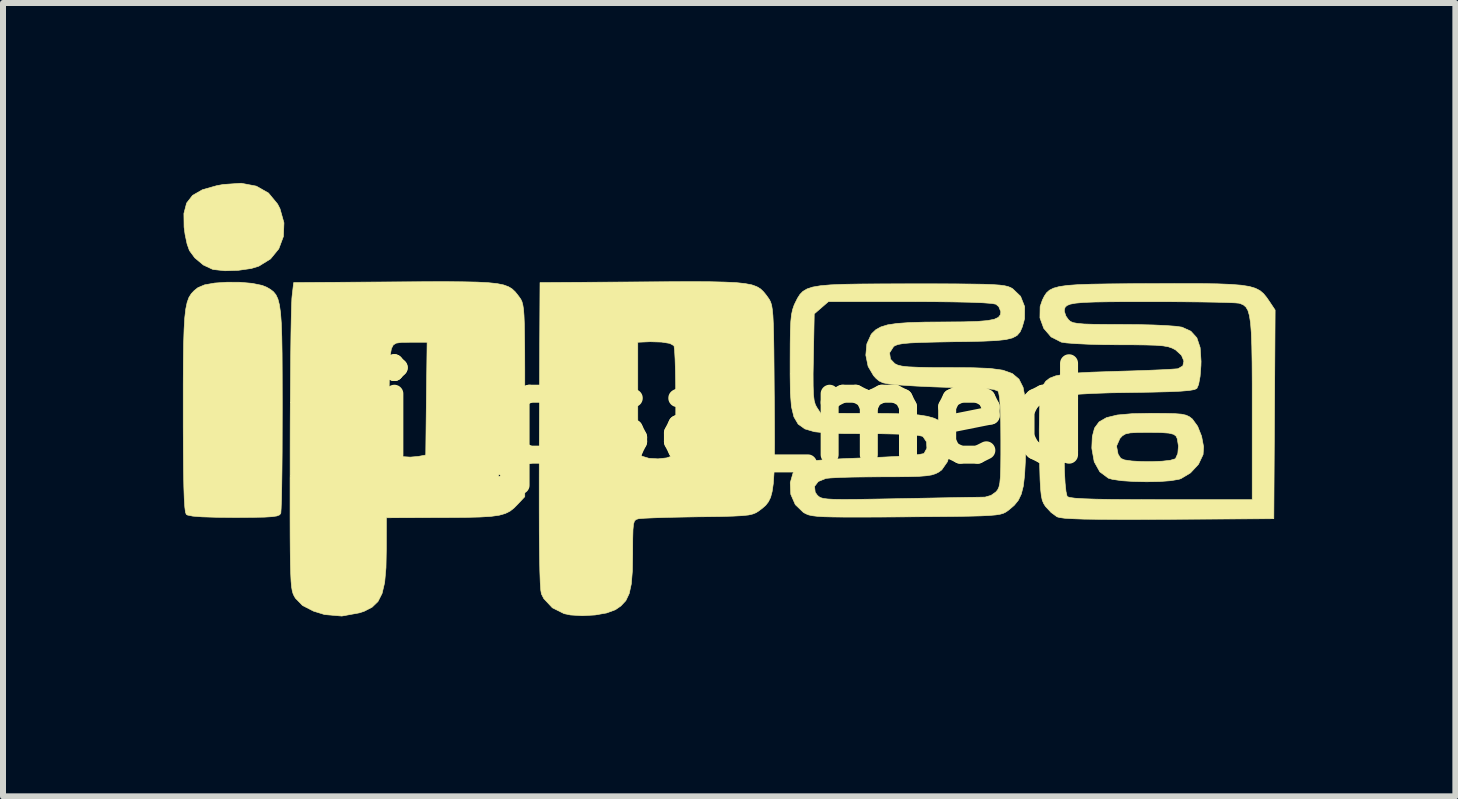
<source format=kicad_pcb>
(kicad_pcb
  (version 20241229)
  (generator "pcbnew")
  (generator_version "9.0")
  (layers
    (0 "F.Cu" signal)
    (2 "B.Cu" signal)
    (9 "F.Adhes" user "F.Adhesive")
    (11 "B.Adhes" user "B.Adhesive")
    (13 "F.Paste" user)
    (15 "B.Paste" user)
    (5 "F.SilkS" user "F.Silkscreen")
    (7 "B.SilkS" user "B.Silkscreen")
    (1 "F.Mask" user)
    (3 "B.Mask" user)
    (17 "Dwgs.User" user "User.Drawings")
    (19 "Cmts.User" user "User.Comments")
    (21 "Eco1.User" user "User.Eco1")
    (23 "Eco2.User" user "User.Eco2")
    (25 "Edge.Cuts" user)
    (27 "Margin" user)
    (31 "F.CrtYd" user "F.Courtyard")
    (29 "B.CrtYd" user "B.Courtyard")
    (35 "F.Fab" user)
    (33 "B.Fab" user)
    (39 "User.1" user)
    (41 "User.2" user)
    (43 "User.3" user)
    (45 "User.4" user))
  (footprint "ippsa_med"
    (layer "F.Cu")
    (at 9.149 3.841)
    (property "Reference" "ippsa_med" (at 0 0 0) (layer "F.SilkS") (effects (font (size 1.524 1.524) (thickness 0.3))))
    (attr through_hole)
    (fp_poly (pts (xy -7.926 -3.788) (xy -7.723 -3.673) (xy -7.571 -3.489) (xy -7.531 -3.411) (xy -7.465 -3.176) (xy -7.474 -2.949) (xy -7.551 -2.743) (xy -7.689 -2.574) (xy -7.883 -2.454) (xy -8.009 -2.415) (xy -8.227 -2.384) (xy -8.448 -2.377) (xy -8.635 -2.397) (xy -8.657 -2.402) (xy -8.809 -2.473) (xy -8.952 -2.593) (xy -9.041 -2.714) (xy -9.08 -2.824) (xy -9.113 -2.98) (xy -9.13 -3.104) (xy -9.133 -3.332) (xy -9.088 -3.505) (xy -8.988 -3.634) (xy -8.824 -3.728) (xy -8.587 -3.795) (xy -8.48 -3.815) (xy -8.178 -3.836) (xy -7.926 -3.788)) (stroke (width 0.01) (type solid)) (fill yes) (layer "F.SilkS"))
    (fp_poly (pts (xy -8.198 -2.185) (xy -7.995 -2.167) (xy -7.829 -2.133) (xy -7.754 -2.103) (xy -7.692 -2.067) (xy -7.641 -2.028) (xy -7.599 -1.977) (xy -7.566 -1.907) (xy -7.541 -1.81) (xy -7.522 -1.678) (xy -7.509 -1.503) (xy -7.501 -1.278) (xy -7.496 -0.994) (xy -7.494 -0.643) (xy -7.493 -0.219) (xy -7.493 -0.068) (xy -7.494 0.302) (xy -7.495 0.646) (xy -7.498 0.957) (xy -7.502 1.223) (xy -7.506 1.435) (xy -7.512 1.585) (xy -7.517 1.662) (xy -7.519 1.669) (xy -7.538 1.693) (xy -7.583 1.711) (xy -7.664 1.723) (xy -7.794 1.731) (xy -7.984 1.734) (xy -8.244 1.736) (xy -8.293 1.736) (xy -8.601 1.733) (xy -8.83 1.726) (xy -8.985 1.714) (xy -9.073 1.696) (xy -9.093 1.685) (xy -9.107 1.648) (xy -9.118 1.562) (xy -9.127 1.423) (xy -9.134 1.224) (xy -9.139 0.961) (xy -9.142 0.627) (xy -9.144 0.217) (xy -9.144 -0.029) (xy -9.144 -0.478) (xy -9.142 -0.851) (xy -9.138 -1.156) (xy -9.13 -1.4) (xy -9.119 -1.591) (xy -9.102 -1.739) (xy -9.079 -1.849) (xy -9.049 -1.932) (xy -9.01 -1.994) (xy -8.963 -2.044) (xy -8.906 -2.09) (xy -8.899 -2.095) (xy -8.788 -2.142) (xy -8.619 -2.172) (xy -8.414 -2.186) (xy -8.198 -2.185)) (stroke (width 0.01) (type solid)) (fill yes) (layer "F.SilkS"))
    (fp_poly (pts (xy 7.216 0.001) (xy 7.384 0.005) (xy 7.499 0.014) (xy 7.576 0.031) (xy 7.631 0.057) (xy 7.679 0.094) (xy 7.68 0.095) (xy 7.768 0.216) (xy 7.834 0.382) (xy 7.867 0.557) (xy 7.859 0.687) (xy 7.782 0.85) (xy 7.649 0.993) (xy 7.491 1.088) (xy 7.459 1.099) (xy 7.321 1.123) (xy 7.132 1.137) (xy 6.917 1.141) (xy 6.698 1.136) (xy 6.499 1.123) (xy 6.345 1.1) (xy 6.279 1.081) (xy 6.137 0.975) (xy 6.044 0.808) (xy 6.005 0.59) (xy 6.004 0.571) (xy 6.005 0.546) (xy 6.416 0.546) (xy 6.442 0.682) (xy 6.487 0.751) (xy 6.549 0.777) (xy 6.673 0.795) (xy 6.834 0.804) (xy 7.009 0.805) (xy 7.177 0.798) (xy 7.312 0.783) (xy 7.393 0.759) (xy 7.4 0.754) (xy 7.438 0.668) (xy 7.448 0.545) (xy 7.429 0.425) (xy 7.409 0.381) (xy 7.369 0.35) (xy 7.288 0.33) (xy 7.15 0.32) (xy 6.962 0.318) (xy 6.771 0.319) (xy 6.645 0.326) (xy 6.566 0.343) (xy 6.514 0.374) (xy 6.472 0.419) (xy 6.416 0.546) (xy 6.005 0.546) (xy 6.012 0.387) (xy 6.049 0.246) (xy 6.125 0.143) (xy 6.248 0.072) (xy 6.428 0.028) (xy 6.675 0.006) (xy 6.978 0) (xy 7.216 0.001)) (stroke (width 0.01) (type solid)) (fill yes) (layer "F.SilkS"))
    (fp_poly (pts (xy -4.49 -2.193) (xy -4.248 -2.188) (xy -4.059 -2.178) (xy -3.913 -2.163) (xy -3.804 -2.141) (xy -3.722 -2.111) (xy -3.66 -2.073) (xy -3.609 -2.025) (xy -3.562 -1.966) (xy -3.538 -1.934) (xy -3.515 -1.9) (xy -3.497 -1.862) (xy -3.483 -1.81) (xy -3.471 -1.736) (xy -3.463 -1.632) (xy -3.457 -1.488) (xy -3.454 -1.297) (xy -3.451 -1.049) (xy -3.45 -0.737) (xy -3.45 -0.351) (xy -3.45 -0.212) (xy -3.45 1.39) (xy -3.556 1.503) (xy -3.626 1.575) (xy -3.695 1.63) (xy -3.775 1.67) (xy -3.877 1.699) (xy -4.014 1.718) (xy -4.197 1.729) (xy -4.439 1.735) (xy -4.75 1.737) (xy -4.822 1.737) (xy -5.757 1.741) (xy -5.758 2.257) (xy -5.764 2.575) (xy -5.786 2.82) (xy -5.829 3.003) (xy -5.897 3.137) (xy -5.995 3.232) (xy -6.127 3.3) (xy -6.206 3.326) (xy -6.501 3.38) (xy -6.787 3.355) (xy -6.972 3.298) (xy -7.155 3.204) (xy -7.273 3.083) (xy -7.279 3.073) (xy -7.298 3.04) (xy -7.314 3.004) (xy -7.327 2.957) (xy -7.338 2.892) (xy -7.346 2.802) (xy -7.352 2.68) (xy -7.357 2.52) (xy -7.36 2.313) (xy -7.362 2.054) (xy -7.363 1.735) (xy -7.363 1.348) (xy -7.363 1.079) (xy -4.868 1.079) (xy -4.847 1.101) (xy -4.826 1.079) (xy -4.847 1.058) (xy -4.868 1.079) (xy -7.363 1.079) (xy -7.362 1.037) (xy -3.895 1.037) (xy -3.873 1.058) (xy -3.852 1.037) (xy -3.873 1.016) (xy -3.895 1.037) (xy -7.362 1.037) (xy -7.362 0.888) (xy -7.362 0.609) (xy -7.361 0.165) (xy -7.359 -0.184) (xy -5.712 -0.184) (xy -5.709 0.05) (xy -5.702 0.261) (xy -5.692 0.431) (xy -5.68 0.529) (xy -5.653 0.64) (xy -5.606 0.694) (xy -5.515 0.719) (xy -5.503 0.721) (xy -5.359 0.73) (xy -5.228 0.719) (xy -5.101 0.695) (xy -5.09 -0.245) (xy -5.078 -1.185) (xy -5.355 -1.185) (xy -5.506 -1.183) (xy -5.594 -1.17) (xy -5.642 -1.14) (xy -5.671 -1.084) (xy -5.674 -1.077) (xy -5.688 -0.996) (xy -5.699 -0.848) (xy -5.707 -0.651) (xy -5.711 -0.424) (xy -5.712 -0.184) (xy -7.359 -0.184) (xy -7.358 -0.259) (xy -7.355 -0.656) (xy -7.352 -1.015) (xy -7.348 -1.33) (xy -7.343 -1.59) (xy -7.338 -1.787) (xy -7.333 -1.913) (xy -7.33 -1.947) (xy -7.303 -2.18) (xy -5.609 -2.191) (xy -5.162 -2.194) (xy -4.792 -2.195) (xy -4.49 -2.193)) (stroke (width 0.01) (type solid)) (fill yes) (layer "F.SilkS"))
    (fp_poly (pts (xy -0.36 -2.194) (xy -0.116 -2.188) (xy 0.076 -2.179) (xy 0.224 -2.163) (xy 0.335 -2.142) (xy 0.418 -2.112) (xy 0.481 -2.074) (xy 0.531 -2.026) (xy 0.578 -1.968) (xy 0.604 -1.932) (xy 0.629 -1.895) (xy 0.649 -1.855) (xy 0.665 -1.804) (xy 0.677 -1.732) (xy 0.687 -1.63) (xy 0.694 -1.49) (xy 0.699 -1.303) (xy 0.703 -1.059) (xy 0.706 -0.751) (xy 0.709 -0.369) (xy 0.71 -0.275) (xy 0.713 0.149) (xy 0.714 0.498) (xy 0.712 0.779) (xy 0.705 1.001) (xy 0.693 1.173) (xy 0.674 1.304) (xy 0.648 1.402) (xy 0.612 1.475) (xy 0.567 1.533) (xy 0.51 1.583) (xy 0.452 1.627) (xy 0.407 1.656) (xy 0.353 1.678) (xy 0.28 1.695) (xy 0.174 1.706) (xy 0.023 1.714) (xy -0.184 1.72) (xy -0.46 1.724) (xy -0.564 1.725) (xy -0.836 1.73) (xy -1.085 1.735) (xy -1.295 1.742) (xy -1.453 1.749) (xy -1.544 1.756) (xy -1.556 1.758) (xy -1.594 1.77) (xy -1.621 1.795) (xy -1.637 1.847) (xy -1.646 1.94) (xy -1.65 2.087) (xy -1.651 2.304) (xy -1.651 2.34) (xy -1.656 2.627) (xy -1.674 2.845) (xy -1.709 3.005) (xy -1.765 3.123) (xy -1.848 3.212) (xy -1.94 3.275) (xy -2.084 3.328) (xy -2.278 3.362) (xy -2.49 3.374) (xy -2.688 3.362) (xy -2.794 3.34) (xy -2.99 3.242) (xy -3.133 3.089) (xy -3.172 3.012) (xy -3.183 2.951) (xy -3.192 2.822) (xy -3.199 2.624) (xy -3.204 2.354) (xy -3.208 2.009) (xy -3.209 1.587) (xy -3.209 1.086) (xy -3.208 0.504) (xy -3.207 0.36) (xy -3.201 -1.185) (xy -1.566 -1.185) (xy -1.566 -0.256) (xy -1.566 0.05) (xy -1.564 0.282) (xy -1.559 0.451) (xy -1.551 0.567) (xy -1.539 0.643) (xy -1.522 0.687) (xy -1.5 0.712) (xy -1.492 0.716) (xy -1.38 0.75) (xy -1.229 0.759) (xy -1.085 0.743) (xy -1.013 0.718) (xy -0.986 0.699) (xy -0.965 0.667) (xy -0.951 0.61) (xy -0.941 0.518) (xy -0.935 0.38) (xy -0.933 0.184) (xy -0.932 -0.081) (xy -0.932 -0.203) (xy -0.934 -0.468) (xy -0.938 -0.707) (xy -0.944 -0.904) (xy -0.952 -1.047) (xy -0.961 -1.121) (xy -0.964 -1.128) (xy -1.032 -1.166) (xy -1.169 -1.188) (xy -1.359 -1.194) (xy -1.429 -1.191) (xy -1.566 -1.185) (xy -3.201 -1.185) (xy -3.196 -2.18) (xy -1.489 -2.191) (xy -1.039 -2.194) (xy -0.665 -2.195) (xy -0.36 -2.194)) (stroke (width 0.01) (type solid)) (fill yes) (layer "F.SilkS"))
    (fp_poly (pts (xy 7.805 -2.163) (xy 8.092 -2.159) (xy 8.319 -2.15) (xy 8.495 -2.136) (xy 8.63 -2.115) (xy 8.731 -2.085) (xy 8.807 -2.046) (xy 8.866 -1.996) (xy 8.918 -1.933) (xy 8.964 -1.866) (xy 9.06 -1.722) (xy 9.049 0.018) (xy 9.038 1.757) (xy 7.281 1.767) (xy 6.818 1.769) (xy 6.432 1.769) (xy 6.119 1.767) (xy 5.872 1.764) (xy 5.685 1.757) (xy 5.551 1.749) (xy 5.465 1.737) (xy 5.423 1.725) (xy 5.325 1.653) (xy 5.233 1.554) (xy 5.232 1.553) (xy 5.202 1.506) (xy 5.178 1.45) (xy 5.162 1.374) (xy 5.15 1.264) (xy 5.141 1.107) (xy 5.135 0.891) (xy 5.13 0.603) (xy 5.13 0.6) (xy 5.129 0.517) (xy 5.542 0.517) (xy 5.543 0.751) (xy 5.548 0.971) (xy 5.558 1.16) (xy 5.573 1.302) (xy 5.591 1.381) (xy 5.596 1.389) (xy 5.635 1.403) (xy 5.723 1.415) (xy 5.866 1.424) (xy 6.07 1.431) (xy 6.341 1.436) (xy 6.684 1.438) (xy 7.105 1.439) (xy 7.163 1.439) (xy 8.678 1.439) (xy 8.678 -0.066) (xy 8.678 -0.492) (xy 8.676 -0.841) (xy 8.671 -1.122) (xy 8.663 -1.342) (xy 8.65 -1.509) (xy 8.631 -1.631) (xy 8.606 -1.716) (xy 8.573 -1.772) (xy 8.532 -1.807) (xy 8.481 -1.829) (xy 8.458 -1.836) (xy 8.393 -1.842) (xy 8.254 -1.848) (xy 8.053 -1.853) (xy 7.8 -1.857) (xy 7.506 -1.86) (xy 7.182 -1.862) (xy 7.004 -1.862) (xy 6.614 -1.862) (xy 6.301 -1.86) (xy 6.055 -1.856) (xy 5.869 -1.849) (xy 5.735 -1.837) (xy 5.644 -1.82) (xy 5.588 -1.797) (xy 5.558 -1.767) (xy 5.547 -1.729) (xy 5.546 -1.699) (xy 5.572 -1.621) (xy 5.616 -1.559) (xy 5.647 -1.532) (xy 5.693 -1.512) (xy 5.766 -1.499) (xy 5.877 -1.489) (xy 6.04 -1.484) (xy 6.264 -1.482) (xy 6.515 -1.481) (xy 6.783 -1.479) (xy 7.033 -1.473) (xy 7.247 -1.463) (xy 7.409 -1.451) (xy 7.504 -1.437) (xy 7.506 -1.437) (xy 7.655 -1.369) (xy 7.755 -1.259) (xy 7.81 -1.095) (xy 7.825 -0.866) (xy 7.823 -0.796) (xy 7.809 -0.615) (xy 7.784 -0.481) (xy 7.755 -0.415) (xy 7.714 -0.396) (xy 7.626 -0.381) (xy 7.484 -0.369) (xy 7.28 -0.36) (xy 7.006 -0.353) (xy 6.679 -0.348) (xy 6.317 -0.342) (xy 6.024 -0.332) (xy 5.805 -0.32) (xy 5.662 -0.306) (xy 5.601 -0.29) (xy 5.581 -0.232) (xy 5.565 -0.105) (xy 5.553 0.072) (xy 5.545 0.285) (xy 5.542 0.517) (xy 5.129 0.517) (xy 5.127 0.278) (xy 5.131 0.006) (xy 5.139 -0.205) (xy 5.153 -0.347) (xy 5.162 -0.387) (xy 5.193 -0.47) (xy 5.237 -0.536) (xy 5.304 -0.587) (xy 5.403 -0.625) (xy 5.546 -0.652) (xy 5.741 -0.672) (xy 5.999 -0.686) (xy 6.329 -0.697) (xy 6.417 -0.7) (xy 6.694 -0.708) (xy 6.947 -0.717) (xy 7.162 -0.726) (xy 7.325 -0.735) (xy 7.423 -0.742) (xy 7.44 -0.744) (xy 7.521 -0.791) (xy 7.539 -0.872) (xy 7.499 -0.967) (xy 7.403 -1.055) (xy 7.398 -1.059) (xy 7.342 -1.088) (xy 7.278 -1.11) (xy 7.192 -1.125) (xy 7.07 -1.135) (xy 6.899 -1.14) (xy 6.667 -1.143) (xy 6.456 -1.143) (xy 6.192 -1.145) (xy 5.947 -1.152) (xy 5.738 -1.162) (xy 5.581 -1.174) (xy 5.495 -1.187) (xy 5.325 -1.274) (xy 5.203 -1.416) (xy 5.139 -1.591) (xy 5.142 -1.779) (xy 5.179 -1.887) (xy 5.212 -1.954) (xy 5.249 -2.009) (xy 5.298 -2.053) (xy 5.366 -2.087) (xy 5.461 -2.113) (xy 5.593 -2.132) (xy 5.77 -2.145) (xy 5.999 -2.153) (xy 6.289 -2.158) (xy 6.648 -2.161) (xy 7.022 -2.162) (xy 7.452 -2.163) (xy 7.805 -2.163)) (stroke (width 0.01) (type solid)) (fill yes) (layer "F.SilkS"))
    (fp_poly (pts (xy 2.997 -2.159) (xy 3.402 -2.159) (xy 3.732 -2.158) (xy 3.995 -2.155) (xy 4.199 -2.152) (xy 4.354 -2.146) (xy 4.468 -2.138) (xy 4.55 -2.127) (xy 4.609 -2.113) (xy 4.653 -2.095) (xy 4.684 -2.077) (xy 4.816 -1.951) (xy 4.884 -1.779) (xy 4.882 -1.58) (xy 4.871 -1.533) (xy 4.842 -1.434) (xy 4.808 -1.357) (xy 4.758 -1.299) (xy 4.682 -1.258) (xy 4.57 -1.23) (xy 4.411 -1.213) (xy 4.194 -1.203) (xy 3.909 -1.196) (xy 3.711 -1.194) (xy 3.397 -1.188) (xy 3.157 -1.182) (xy 2.98 -1.174) (xy 2.855 -1.163) (xy 2.773 -1.148) (xy 2.721 -1.128) (xy 2.699 -1.113) (xy 2.632 -1.009) (xy 2.647 -0.904) (xy 2.719 -0.828) (xy 2.766 -0.805) (xy 2.838 -0.787) (xy 2.947 -0.775) (xy 3.105 -0.768) (xy 3.323 -0.763) (xy 3.612 -0.762) (xy 3.661 -0.762) (xy 4.021 -0.76) (xy 4.305 -0.749) (xy 4.522 -0.719) (xy 4.68 -0.662) (xy 4.789 -0.57) (xy 4.858 -0.433) (xy 4.894 -0.242) (xy 4.907 0.011) (xy 4.906 0.335) (xy 4.903 0.483) (xy 4.896 0.793) (xy 4.883 1.031) (xy 4.862 1.212) (xy 4.828 1.346) (xy 4.779 1.449) (xy 4.712 1.532) (xy 4.621 1.61) (xy 4.601 1.625) (xy 4.567 1.648) (xy 4.528 1.667) (xy 4.476 1.682) (xy 4.401 1.694) (xy 4.296 1.703) (xy 4.151 1.71) (xy 3.957 1.715) (xy 3.707 1.719) (xy 3.391 1.722) (xy 3.001 1.725) (xy 2.907 1.726) (xy 2.5 1.729) (xy 2.169 1.73) (xy 1.904 1.73) (xy 1.698 1.728) (xy 1.542 1.724) (xy 1.427 1.717) (xy 1.344 1.707) (xy 1.284 1.694) (xy 1.239 1.676) (xy 1.2 1.655) (xy 1.195 1.652) (xy 1.06 1.522) (xy 0.985 1.35) (xy 0.976 1.157) (xy 1.02 1.004) (xy 1.058 0.935) (xy 1.108 0.88) (xy 1.181 0.839) (xy 1.287 0.807) (xy 1.437 0.784) (xy 1.641 0.767) (xy 1.91 0.754) (xy 2.223 0.742) (xy 2.511 0.731) (xy 2.764 0.718) (xy 2.971 0.703) (xy 3.12 0.687) (xy 3.199 0.672) (xy 3.207 0.668) (xy 3.254 0.582) (xy 3.248 0.476) (xy 3.192 0.392) (xy 3.178 0.382) (xy 3.107 0.367) (xy 2.962 0.355) (xy 2.755 0.346) (xy 2.495 0.34) (xy 2.245 0.339) (xy 1.884 0.338) (xy 1.599 0.33) (xy 1.38 0.307) (xy 1.22 0.26) (xy 1.108 0.18) (xy 1.037 0.059) (xy 0.996 -0.111) (xy 0.978 -0.339) (xy 0.974 -0.634) (xy 0.974 -0.659) (xy 1.357 -0.659) (xy 1.358 -0.457) (xy 1.363 -0.313) (xy 1.375 -0.213) (xy 1.394 -0.146) (xy 1.416 -0.104) (xy 1.484 0) (xy 2.298 0.000236) (xy 2.637 0.003) (xy 2.904 0.011) (xy 3.109 0.026) (xy 3.264 0.05) (xy 3.381 0.084) (xy 3.471 0.129) (xy 3.512 0.16) (xy 3.606 0.286) (xy 3.65 0.453) (xy 3.647 0.635) (xy 3.597 0.806) (xy 3.503 0.941) (xy 3.454 0.978) (xy 3.4 1.006) (xy 3.334 1.027) (xy 3.244 1.041) (xy 3.116 1.051) (xy 2.937 1.056) (xy 2.695 1.058) (xy 2.514 1.058) (xy 2.251 1.06) (xy 2.009 1.063) (xy 1.804 1.069) (xy 1.653 1.077) (xy 1.57 1.085) (xy 1.443 1.137) (xy 1.381 1.218) (xy 1.392 1.316) (xy 1.425 1.362) (xy 1.449 1.386) (xy 1.48 1.405) (xy 1.527 1.419) (xy 1.599 1.428) (xy 1.706 1.434) (xy 1.856 1.436) (xy 2.06 1.435) (xy 2.326 1.431) (xy 2.664 1.425) (xy 2.815 1.422) (xy 3.144 1.416) (xy 3.449 1.41) (xy 3.719 1.405) (xy 3.942 1.401) (xy 4.108 1.399) (xy 4.205 1.397) (xy 4.223 1.397) (xy 4.324 1.368) (xy 4.403 1.312) (xy 4.433 1.277) (xy 4.455 1.23) (xy 4.47 1.161) (xy 4.48 1.055) (xy 4.485 0.9) (xy 4.487 0.684) (xy 4.487 0.453) (xy 4.485 0.141) (xy 4.478 -0.093) (xy 4.467 -0.253) (xy 4.45 -0.346) (xy 4.437 -0.373) (xy 4.365 -0.399) (xy 4.213 -0.417) (xy 3.987 -0.426) (xy 3.918 -0.426) (xy 3.662 -0.431) (xy 3.369 -0.441) (xy 3.086 -0.454) (xy 2.968 -0.461) (xy 2.759 -0.475) (xy 2.617 -0.49) (xy 2.523 -0.509) (xy 2.458 -0.539) (xy 2.406 -0.583) (xy 2.365 -0.628) (xy 2.274 -0.783) (xy 2.236 -0.97) (xy 2.253 -1.157) (xy 2.324 -1.314) (xy 2.339 -1.333) (xy 2.403 -1.394) (xy 2.486 -1.44) (xy 2.599 -1.475) (xy 2.753 -1.498) (xy 2.959 -1.513) (xy 3.228 -1.521) (xy 3.548 -1.523) (xy 3.858 -1.525) (xy 4.093 -1.532) (xy 4.263 -1.546) (xy 4.377 -1.568) (xy 4.446 -1.6) (xy 4.48 -1.644) (xy 4.487 -1.693) (xy 4.453 -1.778) (xy 4.405 -1.819) (xy 4.337 -1.832) (xy 4.19 -1.843) (xy 3.967 -1.852) (xy 3.674 -1.858) (xy 3.315 -1.862) (xy 2.968 -1.863) (xy 1.613 -1.863) (xy 1.495 -1.761) (xy 1.376 -1.658) (xy 1.362 -0.933) (xy 1.357 -0.659) (xy 0.974 -0.659) (xy 0.974 -0.874) (xy 0.975 -1.159) (xy 0.978 -1.373) (xy 0.985 -1.531) (xy 0.997 -1.646) (xy 1.016 -1.732) (xy 1.041 -1.805) (xy 1.058 -1.841) (xy 1.097 -1.919) (xy 1.138 -1.983) (xy 1.188 -2.034) (xy 1.256 -2.074) (xy 1.35 -2.105) (xy 1.479 -2.127) (xy 1.65 -2.142) (xy 1.871 -2.151) (xy 2.151 -2.156) (xy 2.498 -2.158) (xy 2.921 -2.159) (xy 2.997 -2.159)) (stroke (width 0.01) (type solid)) (fill yes) (layer "F.SilkS")))
  (gr_rect
    (start -3 -3)
    (end 21.214 10.226)
    (stroke (width 0.1) (type default))
    (fill no)
    (layer "Edge.Cuts")))
</source>
